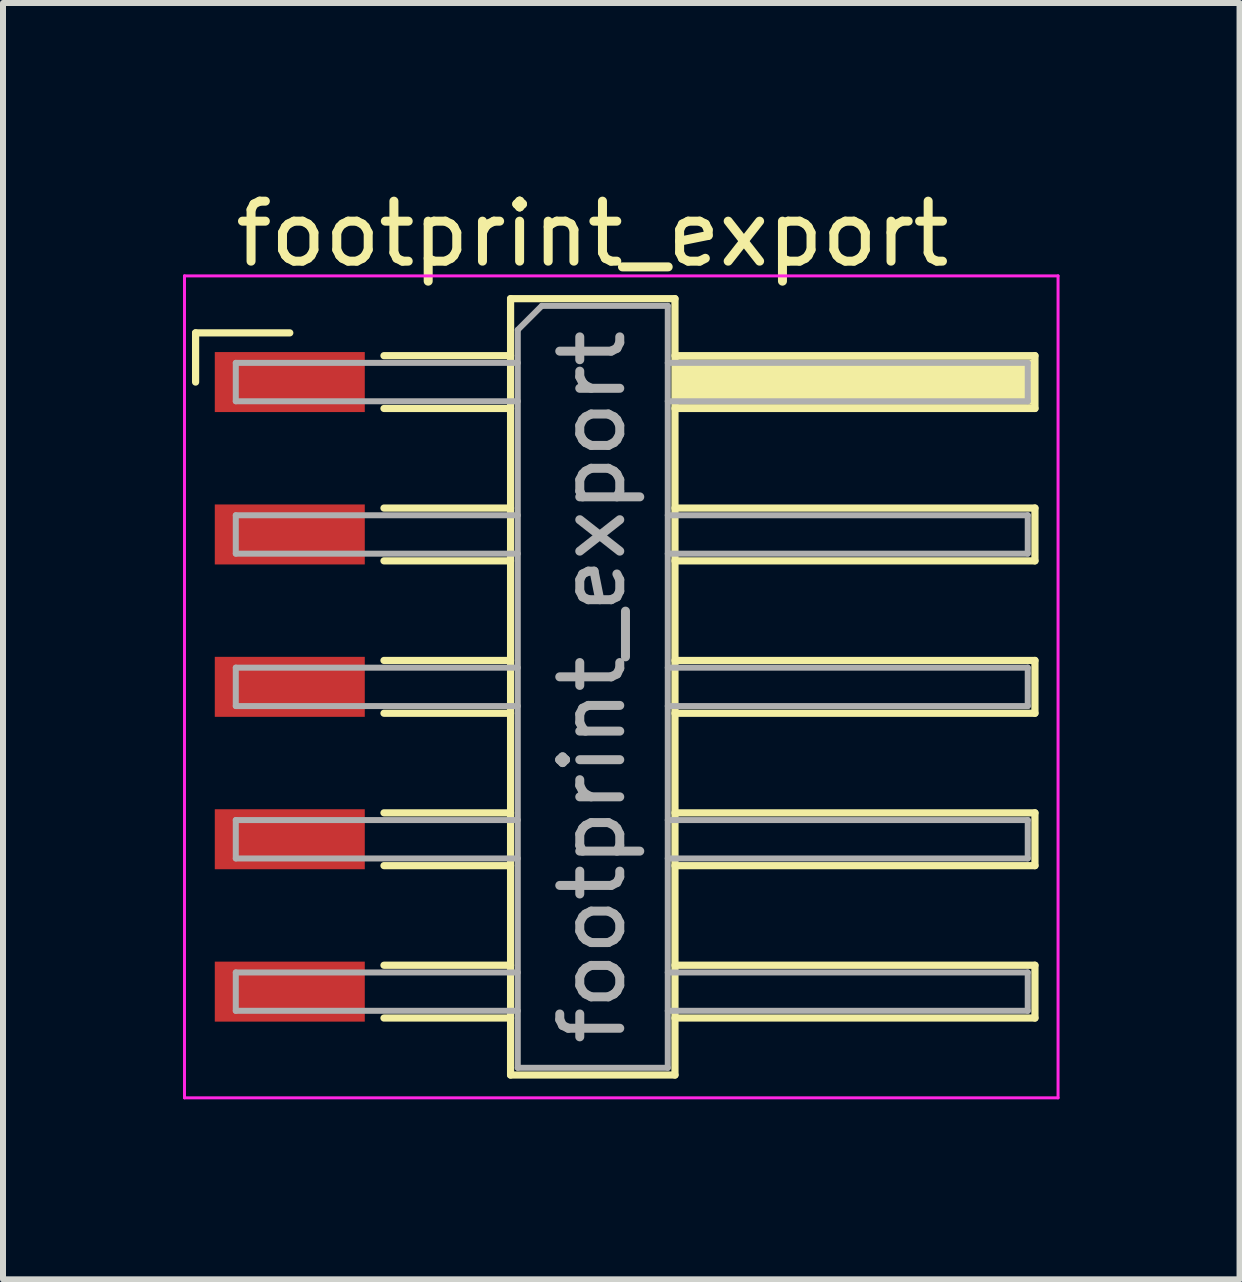
<source format=kicad_pcb>
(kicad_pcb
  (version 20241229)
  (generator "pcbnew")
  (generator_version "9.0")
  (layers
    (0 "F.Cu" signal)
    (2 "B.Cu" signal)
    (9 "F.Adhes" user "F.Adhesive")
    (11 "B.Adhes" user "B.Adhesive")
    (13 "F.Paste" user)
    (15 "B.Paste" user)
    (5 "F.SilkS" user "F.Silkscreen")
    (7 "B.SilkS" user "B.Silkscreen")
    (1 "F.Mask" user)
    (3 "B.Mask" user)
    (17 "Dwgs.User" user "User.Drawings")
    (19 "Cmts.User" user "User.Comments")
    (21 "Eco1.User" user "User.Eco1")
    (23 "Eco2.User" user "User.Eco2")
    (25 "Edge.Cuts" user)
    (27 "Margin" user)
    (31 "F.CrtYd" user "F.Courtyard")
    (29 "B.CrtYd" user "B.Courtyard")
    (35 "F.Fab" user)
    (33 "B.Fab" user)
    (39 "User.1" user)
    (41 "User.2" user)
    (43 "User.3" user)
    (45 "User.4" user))
  (footprint "footprint_export"
    (layer "F.Cu")
    (at 7.305 8.398)
    (property "Reference" "footprint_export" (at -0.48 -7.55 0) (layer "F.SilkS") (effects (font (size 1 1) (thickness 0.15))))
    (attr smd)
    (fp_line (start -7.095 -5.9) (end -5.525 -5.9) (stroke (width 0.12) (type solid)) (layer "F.SilkS"))
    (fp_line (start -7.095 -5.08) (end -7.095 -5.9) (stroke (width 0.12) (type solid)) (layer "F.SilkS"))
    (fp_line (start -3.955 -5.52) (end -1.845 -5.52) (stroke (width 0.12) (type solid)) (layer "F.SilkS"))
    (fp_line (start -3.955 -4.64) (end -1.845 -4.64) (stroke (width 0.12) (type solid)) (layer "F.SilkS"))
    (fp_line (start -3.955 -2.98) (end -1.845 -2.98) (stroke (width 0.12) (type solid)) (layer "F.SilkS"))
    (fp_line (start -3.955 -2.1) (end -1.845 -2.1) (stroke (width 0.12) (type solid)) (layer "F.SilkS"))
    (fp_line (start -3.955 -0.44) (end -1.845 -0.44) (stroke (width 0.12) (type solid)) (layer "F.SilkS"))
    (fp_line (start -3.955 0.44) (end -1.845 0.44) (stroke (width 0.12) (type solid)) (layer "F.SilkS"))
    (fp_line (start -3.955 2.1) (end -1.845 2.1) (stroke (width 0.12) (type solid)) (layer "F.SilkS"))
    (fp_line (start -3.955 2.98) (end -1.845 2.98) (stroke (width 0.12) (type solid)) (layer "F.SilkS"))
    (fp_line (start -3.955 4.64) (end -1.845 4.64) (stroke (width 0.12) (type solid)) (layer "F.SilkS"))
    (fp_line (start -3.955 5.52) (end -1.845 5.52) (stroke (width 0.12) (type solid)) (layer "F.SilkS"))
    (fp_line (start -1.845 -6.47) (end 0.895 -6.47) (stroke (width 0.12) (type solid)) (layer "F.SilkS"))
    (fp_line (start -1.845 6.47) (end -1.845 -6.47) (stroke (width 0.12) (type solid)) (layer "F.SilkS"))
    (fp_line (start 0.895 -6.47) (end 0.895 6.47) (stroke (width 0.12) (type solid)) (layer "F.SilkS"))
    (fp_line (start 0.895 -5.52) (end 6.895 -5.52) (stroke (width 0.12) (type solid)) (layer "F.SilkS"))
    (fp_line (start 0.895 -2.98) (end 6.895 -2.98) (stroke (width 0.12) (type solid)) (layer "F.SilkS"))
    (fp_line (start 0.895 -0.44) (end 6.895 -0.44) (stroke (width 0.12) (type solid)) (layer "F.SilkS"))
    (fp_line (start 0.895 2.1) (end 6.895 2.1) (stroke (width 0.12) (type solid)) (layer "F.SilkS"))
    (fp_line (start 0.895 4.64) (end 6.895 4.64) (stroke (width 0.12) (type solid)) (layer "F.SilkS"))
    (fp_line (start 0.895 6.47) (end -1.845 6.47) (stroke (width 0.12) (type solid)) (layer "F.SilkS"))
    (fp_line (start 6.895 -5.52) (end 6.895 -4.64) (stroke (width 0.12) (type solid)) (layer "F.SilkS"))
    (fp_line (start 6.895 -4.64) (end 0.895 -4.64) (stroke (width 0.12) (type solid)) (layer "F.SilkS"))
    (fp_line (start 6.895 -2.98) (end 6.895 -2.1) (stroke (width 0.12) (type solid)) (layer "F.SilkS"))
    (fp_line (start 6.895 -2.1) (end 0.895 -2.1) (stroke (width 0.12) (type solid)) (layer "F.SilkS"))
    (fp_line (start 6.895 -0.44) (end 6.895 0.44) (stroke (width 0.12) (type solid)) (layer "F.SilkS"))
    (fp_line (start 6.895 0.44) (end 0.895 0.44) (stroke (width 0.12) (type solid)) (layer "F.SilkS"))
    (fp_line (start 6.895 2.1) (end 6.895 2.98) (stroke (width 0.12) (type solid)) (layer "F.SilkS"))
    (fp_line (start 6.895 2.98) (end 0.895 2.98) (stroke (width 0.12) (type solid)) (layer "F.SilkS"))
    (fp_line (start 6.895 4.64) (end 6.895 5.52) (stroke (width 0.12) (type solid)) (layer "F.SilkS"))
    (fp_line (start 6.895 5.52) (end 0.895 5.52) (stroke (width 0.12) (type solid)) (layer "F.SilkS"))
    (fp_line (start -7.28 -6.85) (end 7.28 -6.85) (stroke (width 0.05) (type solid)) (layer "F.CrtYd"))
    (fp_line (start -7.28 6.85) (end -7.28 -6.85) (stroke (width 0.05) (type solid)) (layer "F.CrtYd"))
    (fp_line (start 7.28 -6.85) (end 7.28 6.85) (stroke (width 0.05) (type solid)) (layer "F.CrtYd"))
    (fp_line (start 7.28 6.85) (end -7.28 6.85) (stroke (width 0.05) (type solid)) (layer "F.CrtYd"))
    (fp_line (start -6.425 -5.4) (end -6.425 -4.76) (stroke (width 0.1) (type solid)) (layer "F.Fab"))
    (fp_line (start -6.425 -4.76) (end -1.725 -4.76) (stroke (width 0.1) (type solid)) (layer "F.Fab"))
    (fp_line (start -6.425 -2.86) (end -6.425 -2.22) (stroke (width 0.1) (type solid)) (layer "F.Fab"))
    (fp_line (start -6.425 -2.22) (end -1.725 -2.22) (stroke (width 0.1) (type solid)) (layer "F.Fab"))
    (fp_line (start -6.425 -0.32) (end -6.425 0.32) (stroke (width 0.1) (type solid)) (layer "F.Fab"))
    (fp_line (start -6.425 0.32) (end -1.725 0.32) (stroke (width 0.1) (type solid)) (layer "F.Fab"))
    (fp_line (start -6.425 2.22) (end -6.425 2.86) (stroke (width 0.1) (type solid)) (layer "F.Fab"))
    (fp_line (start -6.425 2.86) (end -1.725 2.86) (stroke (width 0.1) (type solid)) (layer "F.Fab"))
    (fp_line (start -6.425 4.76) (end -6.425 5.4) (stroke (width 0.1) (type solid)) (layer "F.Fab"))
    (fp_line (start -6.425 5.4) (end -1.725 5.4) (stroke (width 0.1) (type solid)) (layer "F.Fab"))
    (fp_line (start -1.725 -5.95) (end -1.325 -6.35) (stroke (width 0.1) (type solid)) (layer "F.Fab"))
    (fp_line (start -1.725 -5.4) (end -6.425 -5.4) (stroke (width 0.1) (type solid)) (layer "F.Fab"))
    (fp_line (start -1.725 -2.86) (end -6.425 -2.86) (stroke (width 0.1) (type solid)) (layer "F.Fab"))
    (fp_line (start -1.725 -0.32) (end -6.425 -0.32) (stroke (width 0.1) (type solid)) (layer "F.Fab"))
    (fp_line (start -1.725 2.22) (end -6.425 2.22) (stroke (width 0.1) (type solid)) (layer "F.Fab"))
    (fp_line (start -1.725 4.76) (end -6.425 4.76) (stroke (width 0.1) (type solid)) (layer "F.Fab"))
    (fp_line (start -1.725 6.35) (end -1.725 -5.95) (stroke (width 0.1) (type solid)) (layer "F.Fab"))
    (fp_line (start -1.325 -6.35) (end 0.775 -6.35) (stroke (width 0.1) (type solid)) (layer "F.Fab"))
    (fp_line (start 0.775 -6.35) (end 0.775 6.35) (stroke (width 0.1) (type solid)) (layer "F.Fab"))
    (fp_line (start 0.775 -5.4) (end 6.775 -5.4) (stroke (width 0.1) (type solid)) (layer "F.Fab"))
    (fp_line (start 0.775 -2.86) (end 6.775 -2.86) (stroke (width 0.1) (type solid)) (layer "F.Fab"))
    (fp_line (start 0.775 -0.32) (end 6.775 -0.32) (stroke (width 0.1) (type solid)) (layer "F.Fab"))
    (fp_line (start 0.775 2.22) (end 6.775 2.22) (stroke (width 0.1) (type solid)) (layer "F.Fab"))
    (fp_line (start 0.775 4.76) (end 6.775 4.76) (stroke (width 0.1) (type solid)) (layer "F.Fab"))
    (fp_line (start 0.775 6.35) (end -1.725 6.35) (stroke (width 0.1) (type solid)) (layer "F.Fab"))
    (fp_line (start 6.775 -5.4) (end 6.775 -4.76) (stroke (width 0.1) (type solid)) (layer "F.Fab"))
    (fp_line (start 6.775 -4.76) (end 0.775 -4.76) (stroke (width 0.1) (type solid)) (layer "F.Fab"))
    (fp_line (start 6.775 -2.86) (end 6.775 -2.22) (stroke (width 0.1) (type solid)) (layer "F.Fab"))
    (fp_line (start 6.775 -2.22) (end 0.775 -2.22) (stroke (width 0.1) (type solid)) (layer "F.Fab"))
    (fp_line (start 6.775 -0.32) (end 6.775 0.32) (stroke (width 0.1) (type solid)) (layer "F.Fab"))
    (fp_line (start 6.775 0.32) (end 0.775 0.32) (stroke (width 0.1) (type solid)) (layer "F.Fab"))
    (fp_line (start 6.775 2.22) (end 6.775 2.86) (stroke (width 0.1) (type solid)) (layer "F.Fab"))
    (fp_line (start 6.775 2.86) (end 0.775 2.86) (stroke (width 0.1) (type solid)) (layer "F.Fab"))
    (fp_line (start 6.775 4.76) (end 6.775 5.4) (stroke (width 0.1) (type solid)) (layer "F.Fab"))
    (fp_line (start 6.775 5.4) (end 0.775 5.4) (stroke (width 0.1) (type solid)) (layer "F.Fab"))
    (fp_text user "${REFERENCE}" (at -0.48 0 90) (layer "F.Fab") (effects (font (size 1 1) (thickness 0.15))))
    (pad "" smd rect (at 3.895 -5.08) (size 6 0.76) (layers "F.SilkS"))
    (pad "1" smd rect (at -5.525 -5.08) (size 2.5 1) (layers "F.Cu" "F.Mask" "F.Paste"))
    (pad "2" smd rect (at -5.525 -2.54) (size 2.5 1) (layers "F.Cu" "F.Mask" "F.Paste"))
    (pad "3" smd rect (at -5.525 0) (size 2.5 1) (layers "F.Cu" "F.Mask" "F.Paste"))
    (pad "4" smd rect (at -5.525 2.54) (size 2.5 1) (layers "F.Cu" "F.Mask" "F.Paste"))
    (pad "5" smd rect (at -5.525 5.08) (size 2.5 1) (layers "F.Cu" "F.Mask" "F.Paste")))
  (gr_rect
    (start -3 -3)
    (end 17.61 18.273)
    (stroke (width 0.1) (type default))
    (fill no)
    (layer "Edge.Cuts")))
</source>
